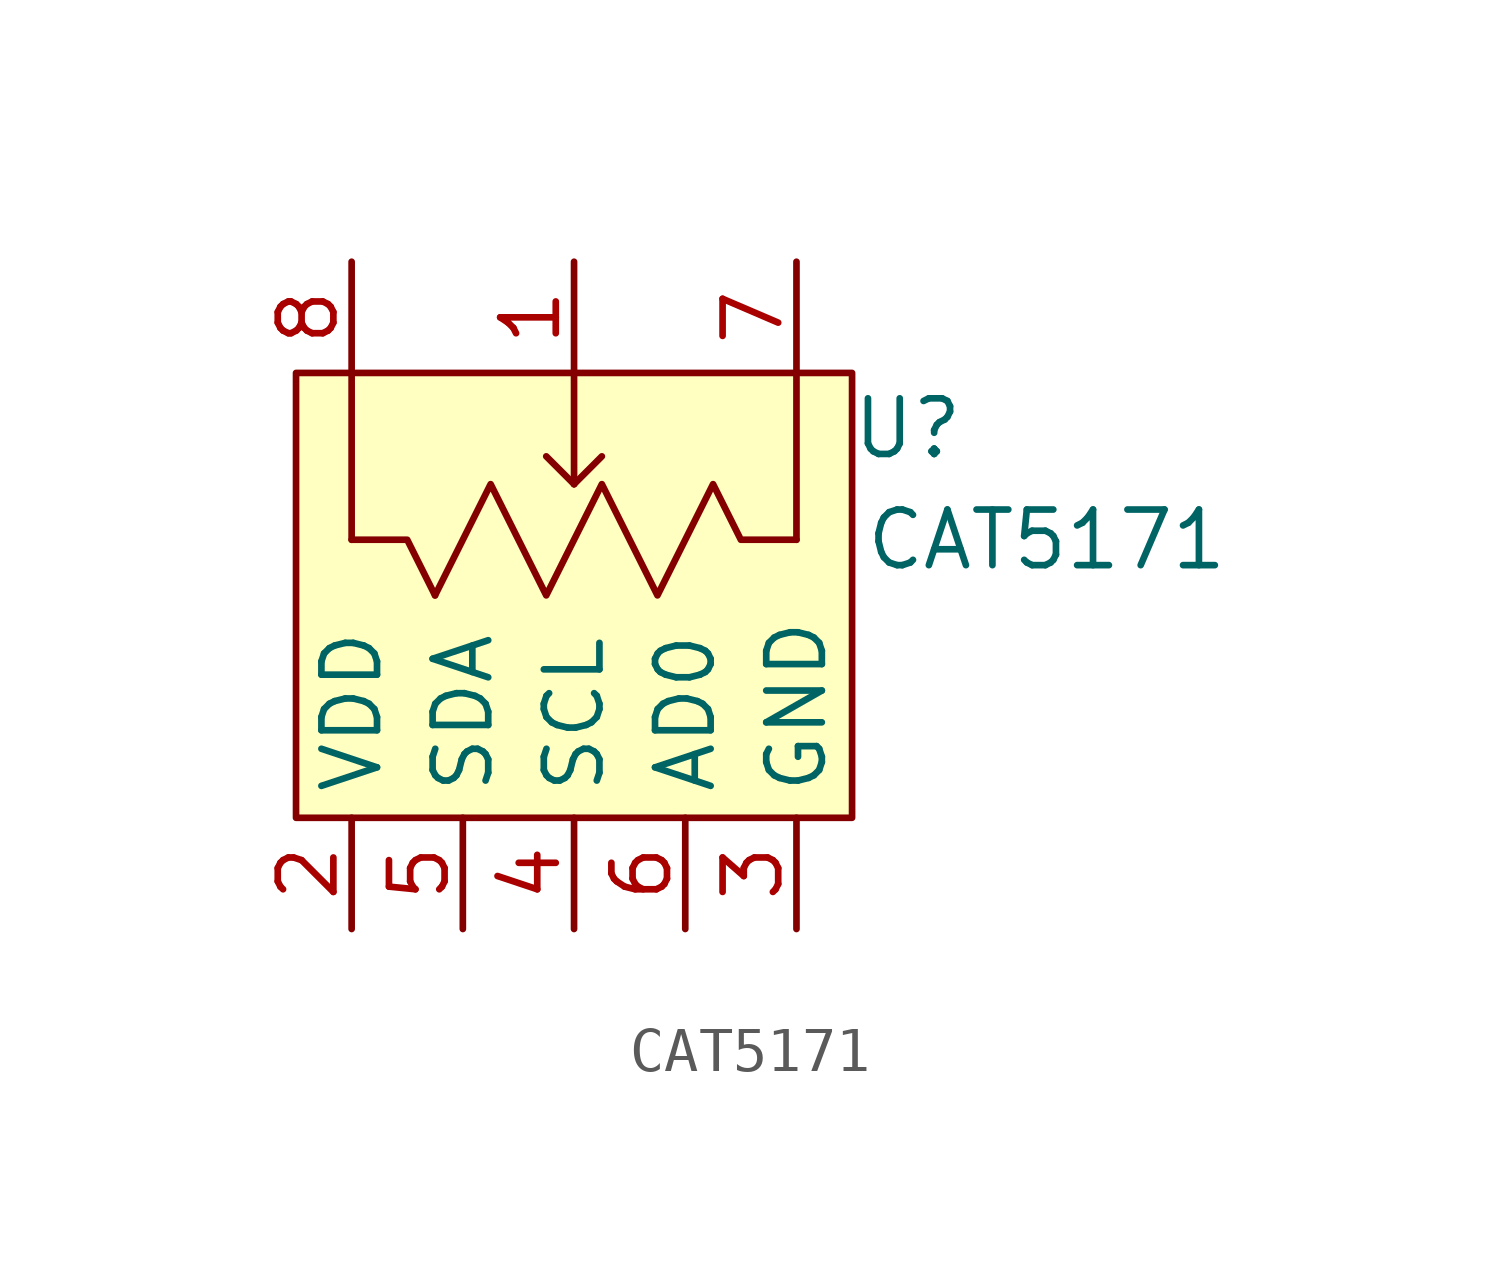
<source format=kicad_sym>
(kicad_symbol_lib
  (version 20231120)
  (generator "kicad_symbol_editor")
  (generator_version "8.0")
  (symbol "CAT5171"
    (property "Reference" "U"
      (at 7.62 2.54 0)
      (effects (font (size 1.27 1.27))))
    (property "Value" "CAT5171"
      (at 10.795 0 0)
      (effects (font (size 1.27 1.27))))
    (symbol "CAT5171_0_1"
      (rectangle (start -6.35 3.81) (end 6.35 -6.35) (stroke (width 0) (type default)) (fill (type background)))
      (polyline (pts (xy -5.08 3.81) (xy -5.08 0)) (stroke (width 0) (type default)) (fill (type none)))
      (polyline (pts (xy 0 1.27) (xy 0 3.81)) (stroke (width 0) (type default)) (fill (type none)))
      (polyline (pts (xy 0 1.27) (xy 0.635 1.905)) (stroke (width 0) (type default)) (fill (type none)))
      (polyline (pts (xy 5.08 0) (xy 5.08 3.81)) (stroke (width 0) (type default)) (fill (type none)))
      (polyline (pts (xy -3.175 -1.27) (xy -3.81 0) (xy -5.08 0)) (stroke (width 0) (type default)) (fill (type none)))
      (polyline (pts (xy 0 1.27) (xy -0.635 1.905) (xy 0 1.27)) (stroke (width 0) (type default)) (fill (type none)))
      (polyline (pts (xy -3.175 -1.27) (xy -1.905 1.27) (xy -0.635 -1.27) (xy 0.635 1.27) (xy 1.905 -1.27) (xy 3.175 1.27) (xy 3.81 0) (xy 5.08 0)) (stroke (width 0) (type default)) (fill (type none))))
    (symbol "CAT5171_1_1"
      (pin passive line (at 0 6.35 270) (length 2.54) (name "" (effects (font (size 1.27 1.27)))) (number "1" (effects (font (size 1.27 1.27)))))
      (pin passive line (at -5.08 -8.89 90) (length 2.54) (name "VDD" (effects (font (size 1.27 1.27)))) (number "2" (effects (font (size 1.27 1.27)))))
      (pin power_in line (at 5.08 -8.89 90) (length 2.54) (name "GND" (effects (font (size 1.27 1.27)))) (number "3" (effects (font (size 1.27 1.27)))))
      (pin input line (at 0 -8.89 90) (length 2.54) (name "SCL" (effects (font (size 1.27 1.27)))) (number "4" (effects (font (size 1.27 1.27)))))
      (pin bidirectional line (at -2.54 -8.89 90) (length 2.54) (name "SDA" (effects (font (size 1.27 1.27)))) (number "5" (effects (font (size 1.27 1.27)))))
      (pin passive line (at 2.54 -8.89 90) (length 2.54) (name "AD0" (effects (font (size 1.27 1.27)))) (number "6" (effects (font (size 1.27 1.27)))))
      (pin passive line (at 5.08 6.35 270) (length 2.54) (name "" (effects (font (size 1.27 1.27)))) (number "7" (effects (font (size 1.27 1.27)))))
      (pin passive line (at -5.08 6.35 270) (length 2.54) (name "" (effects (font (size 1.27 1.27)))) (number "8" (effects (font (size 1.27 1.27))))))))
</source>
